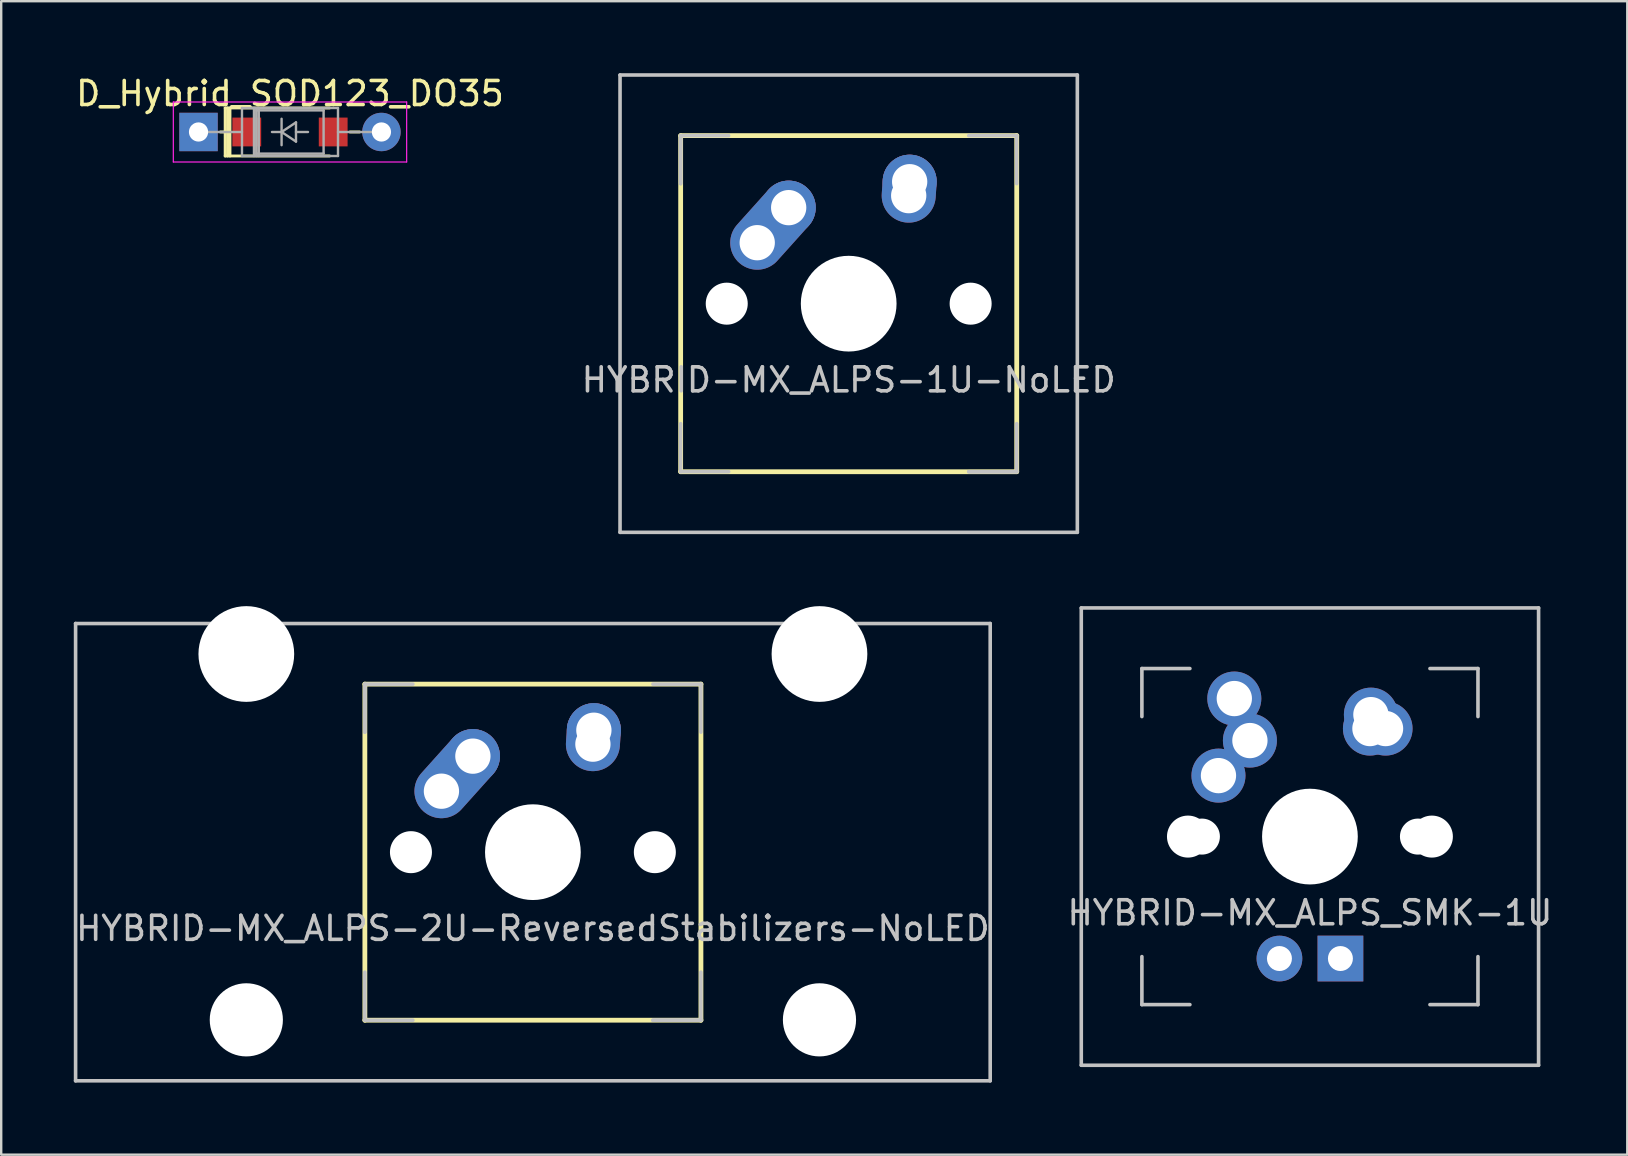
<source format=kicad_pcb>
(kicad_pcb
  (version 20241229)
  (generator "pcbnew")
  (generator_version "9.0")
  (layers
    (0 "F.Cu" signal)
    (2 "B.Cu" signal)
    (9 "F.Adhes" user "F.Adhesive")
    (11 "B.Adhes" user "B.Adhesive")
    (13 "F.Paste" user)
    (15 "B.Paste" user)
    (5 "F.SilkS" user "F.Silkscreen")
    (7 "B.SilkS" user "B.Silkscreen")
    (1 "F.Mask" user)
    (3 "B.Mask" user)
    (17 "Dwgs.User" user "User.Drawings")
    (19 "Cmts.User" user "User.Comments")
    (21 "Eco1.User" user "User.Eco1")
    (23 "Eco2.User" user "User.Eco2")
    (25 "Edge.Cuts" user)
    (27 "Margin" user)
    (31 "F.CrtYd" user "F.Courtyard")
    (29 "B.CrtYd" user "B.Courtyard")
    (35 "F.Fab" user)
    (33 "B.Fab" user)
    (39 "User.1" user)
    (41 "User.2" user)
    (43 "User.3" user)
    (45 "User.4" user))
  (footprint "HYBRID-MX_ALPS_SMK-1U"
    (layer "F.Cu")
    (at 51.518 31.8)
    (property "Reference" "HYBRID-MX_ALPS_SMK-1U" (at 0 3.175 0) (layer "Dwgs.User") (effects (font (size 1 1) (thickness 0.15))))
    (attr through_hole)
    (fp_line (start -9.525 -9.525) (end 9.525 -9.525) (stroke (width 0.15) (type solid)) (layer "Dwgs.User"))
    (fp_line (start -9.525 9.525) (end -9.525 -9.525) (stroke (width 0.15) (type solid)) (layer "Dwgs.User"))
    (fp_line (start -7 -7) (end -7 -5) (stroke (width 0.15) (type solid)) (layer "Dwgs.User"))
    (fp_line (start -7 5) (end -7 7) (stroke (width 0.15) (type solid)) (layer "Dwgs.User"))
    (fp_line (start -7 7) (end -5 7) (stroke (width 0.15) (type solid)) (layer "Dwgs.User"))
    (fp_line (start -5 -7) (end -7 -7) (stroke (width 0.15) (type solid)) (layer "Dwgs.User"))
    (fp_line (start 5 -7) (end 7 -7) (stroke (width 0.15) (type solid)) (layer "Dwgs.User"))
    (fp_line (start 5 7) (end 7 7) (stroke (width 0.15) (type solid)) (layer "Dwgs.User"))
    (fp_line (start 7 -7) (end 7 -5) (stroke (width 0.15) (type solid)) (layer "Dwgs.User"))
    (fp_line (start 7 7) (end 7 5) (stroke (width 0.15) (type solid)) (layer "Dwgs.User"))
    (fp_line (start 9.525 -9.525) (end 9.525 9.525) (stroke (width 0.15) (type solid)) (layer "Dwgs.User"))
    (fp_line (start 9.525 9.525) (end -9.525 9.525) (stroke (width 0.15) (type solid)) (layer "Dwgs.User"))
    (pad "" np_thru_hole circle (at -5.08 0 48.1) (size 1.75 1.75) (drill 1.75) (layers "*.Cu" "*.Mask"))
    (pad "" np_thru_hole circle (at -4.5 0) (size 1.5 1.5) (drill 1.5) (layers "*.Cu" "*.Mask"))
    (pad "" np_thru_hole circle (at 0 0) (size 3.988 3.988) (drill 3.988) (layers "*.Cu" "*.Mask"))
    (pad "" np_thru_hole circle (at 4.5 0 180) (size 1.5 1.5) (drill 1.5) (layers "*.Cu" "*.Mask"))
    (pad "" np_thru_hole circle (at 5.08 0 48.1) (size 1.75 1.75) (drill 1.75) (layers "*.Cu" "*.Mask"))
    (pad "1" thru_hole circle (at -3.81 -2.54) (size 2.25 2.25) (drill 1.47) (layers "*.Cu" "B.Mask"))
    (pad "1" thru_hole circle (at -3.15 -5.75) (size 2.25 2.25) (drill 1.47) (layers "*.Cu" "*.Mask"))
    (pad "1" thru_hole circle (at -2.5 -4) (size 2.25 2.25) (drill 1.47) (layers "*.Cu" "B.Mask"))
    (pad "2" thru_hole circle (at 2.5 -4.5) (size 2.25 2.25) (drill 1.47) (layers "*.Cu" "B.Mask"))
    (pad "2" thru_hole circle (at 2.54 -5.08) (size 2.25 2.25) (drill 1.47) (layers "*.Cu" "B.Mask"))
    (pad "2" thru_hole circle (at 3.15 -4.5) (size 2.25 2.25) (drill 1.47) (layers "*.Cu" "*.Mask"))
    (pad "3" thru_hole circle (at -1.27 5.08) (size 1.905 1.905) (drill 1.04) (layers "*.Cu" "B.Mask"))
    (pad "4" thru_hole rect (at 1.27 5.08) (size 1.905 1.905) (drill 1.04) (layers "*.Cu" "B.Mask")))
  (footprint "D_Hybrid_SOD123_DO35"
    (layer "F.Cu")
    (at 9.03 2.448)
    (property "Reference" "D_Hybrid_SOD123_DO35" (at 0 -1.6 0) (layer "F.SilkS") (effects (font (size 1 1) (thickness 0.15))))
    (attr through_hole)
    (fp_line (start -2.9 0) (end -2.5 0) (stroke (width 0.12) (type solid)) (layer "F.SilkS"))
    (fp_line (start -2.7 -1) (end -2.7 1) (stroke (width 0.12) (type solid)) (layer "F.SilkS"))
    (fp_line (start -2.7 -1) (end 1.65 -1) (stroke (width 0.12) (type solid)) (layer "F.SilkS"))
    (fp_line (start -2.7 1) (end 1.65 1) (stroke (width 0.12) (type solid)) (layer "F.SilkS"))
    (fp_line (start -2.6 -1) (end -2.6 1) (stroke (width 0.12) (type solid)) (layer "F.SilkS"))
    (fp_line (start -2.5 -1) (end -2.5 1) (stroke (width 0.12) (type solid)) (layer "F.SilkS"))
    (fp_line (start 2.9 0) (end 2.5 0) (stroke (width 0.12) (type solid)) (layer "F.SilkS"))
    (fp_line (start -4.86 -1.25) (end -4.86 1.25) (stroke (width 0.05) (type solid)) (layer "F.CrtYd"))
    (fp_line (start -4.86 1.25) (end 4.86 1.25) (stroke (width 0.05) (type solid)) (layer "F.CrtYd"))
    (fp_line (start 4.86 -1.25) (end -4.86 -1.25) (stroke (width 0.05) (type solid)) (layer "F.CrtYd"))
    (fp_line (start 4.86 1.25) (end 4.86 -1.25) (stroke (width 0.05) (type solid)) (layer "F.CrtYd"))
    (fp_line (start -3.81 0) (end -2 0) (stroke (width 0.1) (type solid)) (layer "F.Fab"))
    (fp_line (start -2 -1) (end -2 1) (stroke (width 0.1) (type solid)) (layer "F.Fab"))
    (fp_line (start -2 1) (end 2 1) (stroke (width 0.1) (type solid)) (layer "F.Fab"))
    (fp_line (start -1.5 -1) (end -1.5 1) (stroke (width 0.1) (type solid)) (layer "F.Fab"))
    (fp_line (start -1.4 -1) (end -1.4 1) (stroke (width 0.1) (type solid)) (layer "F.Fab"))
    (fp_line (start -1.4 -0.9) (end 1.4 -0.9) (stroke (width 0.1) (type solid)) (layer "F.Fab"))
    (fp_line (start -1.4 0.9) (end -1.4 -0.9) (stroke (width 0.1) (type solid)) (layer "F.Fab"))
    (fp_line (start -1.3 -1) (end -1.3 1) (stroke (width 0.1) (type solid)) (layer "F.Fab"))
    (fp_line (start -0.75 0) (end -0.35 0) (stroke (width 0.1) (type solid)) (layer "F.Fab"))
    (fp_line (start -0.35 0) (end -0.35 -0.55) (stroke (width 0.1) (type solid)) (layer "F.Fab"))
    (fp_line (start -0.35 0) (end -0.35 0.55) (stroke (width 0.1) (type solid)) (layer "F.Fab"))
    (fp_line (start -0.35 0) (end 0.25 -0.4) (stroke (width 0.1) (type solid)) (layer "F.Fab"))
    (fp_line (start 0.25 -0.4) (end 0.25 0.4) (stroke (width 0.1) (type solid)) (layer "F.Fab"))
    (fp_line (start 0.25 0) (end 0.75 0) (stroke (width 0.1) (type solid)) (layer "F.Fab"))
    (fp_line (start 0.25 0.4) (end -0.35 0) (stroke (width 0.1) (type solid)) (layer "F.Fab"))
    (fp_line (start 1.4 -0.9) (end 1.4 0.9) (stroke (width 0.1) (type solid)) (layer "F.Fab"))
    (fp_line (start 1.4 0.9) (end -1.4 0.9) (stroke (width 0.1) (type solid)) (layer "F.Fab"))
    (fp_line (start 2 -1) (end -2 -1) (stroke (width 0.1) (type solid)) (layer "F.Fab"))
    (fp_line (start 2 1) (end 2 -1) (stroke (width 0.1) (type solid)) (layer "F.Fab"))
    (fp_line (start 3.81 0) (end 2 0) (stroke (width 0.1) (type solid)) (layer "F.Fab"))
    (pad "1" thru_hole rect (at -3.81 0) (size 1.6 1.6) (drill 0.8) (layers "*.Cu" "*.Mask"))
    (pad "1" smd rect (at -1.8 0) (size 1.2 1.2) (layers "F.Cu" "F.Mask" "F.Paste"))
    (pad "2" smd rect (at 1.8 0) (size 1.2 1.2) (layers "F.Cu" "F.Mask" "F.Paste"))
    (pad "2" thru_hole oval (at 3.81 0) (size 1.6 1.6) (drill 0.8) (layers "*.Cu" "*.Mask")))
  (footprint "HYBRID-MX_ALPS-1U-NoLED"
    (layer "F.Cu")
    (at 32.304 9.6)
    (property "Reference" "HYBRID-MX_ALPS-1U-NoLED" (at 0 3.175 0) (layer "Dwgs.User") (effects (font (size 1 1) (thickness 0.15))))
    (attr through_hole)
    (fp_line (start -7 -7) (end -7 7) (stroke (width 0.2) (type solid)) (layer "F.SilkS"))
    (fp_line (start -7 -7) (end 7 -7) (stroke (width 0.2) (type solid)) (layer "F.SilkS"))
    (fp_line (start -7 7) (end 7 7) (stroke (width 0.2) (type solid)) (layer "F.SilkS"))
    (fp_line (start 7 -7) (end 7 7) (stroke (width 0.2) (type solid)) (layer "F.SilkS"))
    (fp_line (start -9.525 -9.525) (end 9.525 -9.525) (stroke (width 0.15) (type solid)) (layer "Dwgs.User"))
    (fp_line (start -9.525 9.525) (end -9.525 -9.525) (stroke (width 0.15) (type solid)) (layer "Dwgs.User"))
    (fp_line (start -7 -7) (end -7 -5) (stroke (width 0.15) (type solid)) (layer "Dwgs.User"))
    (fp_line (start -7 -7) (end -7 -5) (stroke (width 0.15) (type solid)) (layer "Dwgs.User"))
    (fp_line (start -7 5) (end -7 7) (stroke (width 0.15) (type solid)) (layer "Dwgs.User"))
    (fp_line (start -7 7) (end -5 7) (stroke (width 0.15) (type solid)) (layer "Dwgs.User"))
    (fp_line (start -5 -7) (end -7 -7) (stroke (width 0.15) (type solid)) (layer "Dwgs.User"))
    (fp_line (start 5 -7) (end 7 -7) (stroke (width 0.15) (type solid)) (layer "Dwgs.User"))
    (fp_line (start 5 7) (end 7 7) (stroke (width 0.15) (type solid)) (layer "Dwgs.User"))
    (fp_line (start 5 7) (end 7 7) (stroke (width 0.15) (type solid)) (layer "Dwgs.User"))
    (fp_line (start 7 -7) (end 7 -5) (stroke (width 0.15) (type solid)) (layer "Dwgs.User"))
    (fp_line (start 7 7) (end 7 5) (stroke (width 0.15) (type solid)) (layer "Dwgs.User"))
    (fp_line (start 9.525 -9.525) (end 9.525 9.525) (stroke (width 0.15) (type solid)) (layer "Dwgs.User"))
    (fp_line (start 9.525 9.525) (end -9.525 9.525) (stroke (width 0.15) (type solid)) (layer "Dwgs.User"))
    (pad "" np_thru_hole circle (at -5.08 0 48.1) (size 1.75 1.75) (drill 1.75) (layers "*.Cu" "*.Mask"))
    (pad "" np_thru_hole circle (at 0 0) (size 3.988 3.988) (drill 3.988) (layers "*.Cu" "*.Mask"))
    (pad "" np_thru_hole circle (at 5.08 0 48.1) (size 1.75 1.75) (drill 1.75) (layers "*.Cu" "*.Mask"))
    (pad "1" thru_hole oval (at -3.81 -2.54 48.1) (size 4.212 2.25) (drill 1.47 (offset 0.981 0)) (layers "*.Cu" "B.Mask"))
    (pad "1" thru_hole circle (at -2.5 -4) (size 2.25 2.25) (drill 1.47) (layers "*.Cu" "B.Mask"))
    (pad "2" thru_hole oval (at 2.5 -4.5 86.055) (size 2.831 2.25) (drill 1.47 (offset 0.291 0)) (layers "*.Cu" "B.Mask"))
    (pad "2" thru_hole circle (at 2.54 -5.08) (size 2.25 2.25) (drill 1.47) (layers "*.Cu" "B.Mask")))
  (footprint "HYBRID-MX_ALPS-2U-ReversedStabilizers-NoLED"
    (layer "F.Cu")
    (at 19.149 32.449)
    (property "Reference" "HYBRID-MX_ALPS-2U-ReversedStabilizers-NoLED" (at 0 3.175 0) (layer "Dwgs.User") (effects (font (size 1 1) (thickness 0.15))))
    (attr through_hole)
    (fp_line (start -7 -7) (end -7 7) (stroke (width 0.2) (type solid)) (layer "F.SilkS"))
    (fp_line (start -7 -7) (end 7 -7) (stroke (width 0.2) (type solid)) (layer "F.SilkS"))
    (fp_line (start -7 7) (end 7 7) (stroke (width 0.2) (type solid)) (layer "F.SilkS"))
    (fp_line (start 7 -7) (end 7 7) (stroke (width 0.2) (type solid)) (layer "F.SilkS"))
    (fp_line (start -19.05 -9.525) (end 19.05 -9.525) (stroke (width 0.15) (type solid)) (layer "Dwgs.User"))
    (fp_line (start -19.05 9.525) (end -19.05 -9.525) (stroke (width 0.15) (type solid)) (layer "Dwgs.User"))
    (fp_line (start -19.05 9.525) (end 19.05 9.525) (stroke (width 0.15) (type solid)) (layer "Dwgs.User"))
    (fp_line (start -7 -7) (end -7 -5) (stroke (width 0.15) (type solid)) (layer "Dwgs.User"))
    (fp_line (start -7 -7) (end -7 -5) (stroke (width 0.15) (type solid)) (layer "Dwgs.User"))
    (fp_line (start -7 5) (end -7 7) (stroke (width 0.15) (type solid)) (layer "Dwgs.User"))
    (fp_line (start -7 7) (end -5 7) (stroke (width 0.15) (type solid)) (layer "Dwgs.User"))
    (fp_line (start -5 -7) (end -7 -7) (stroke (width 0.15) (type solid)) (layer "Dwgs.User"))
    (fp_line (start 5 -7) (end 7 -7) (stroke (width 0.15) (type solid)) (layer "Dwgs.User"))
    (fp_line (start 5 7) (end 7 7) (stroke (width 0.15) (type solid)) (layer "Dwgs.User"))
    (fp_line (start 5 7) (end 7 7) (stroke (width 0.15) (type solid)) (layer "Dwgs.User"))
    (fp_line (start 7 -7) (end 7 -5) (stroke (width 0.15) (type solid)) (layer "Dwgs.User"))
    (fp_line (start 7 7) (end 7 5) (stroke (width 0.15) (type solid)) (layer "Dwgs.User"))
    (fp_line (start 19.05 -9.525) (end 19.05 9.525) (stroke (width 0.15) (type solid)) (layer "Dwgs.User"))
    (pad "" np_thru_hole circle (at -11.938 -8.255) (size 3.988 3.988) (drill 3.988) (layers "*.Cu" "*.Mask"))
    (pad "" np_thru_hole circle (at -11.938 6.985) (size 3.048 3.048) (drill 3.048) (layers "*.Cu" "*.Mask"))
    (pad "" np_thru_hole circle (at -5.08 0 48.1) (size 1.75 1.75) (drill 1.75) (layers "*.Cu" "*.Mask"))
    (pad "" np_thru_hole circle (at 0 0) (size 3.988 3.988) (drill 3.988) (layers "*.Cu" "*.Mask"))
    (pad "" np_thru_hole circle (at 5.08 0 48.1) (size 1.75 1.75) (drill 1.75) (layers "*.Cu" "*.Mask"))
    (pad "" np_thru_hole circle (at 11.938 -8.255) (size 3.988 3.988) (drill 3.988) (layers "*.Cu" "*.Mask"))
    (pad "" np_thru_hole circle (at 11.938 6.985) (size 3.048 3.048) (drill 3.048) (layers "*.Cu" "*.Mask"))
    (pad "1" thru_hole oval (at -3.81 -2.54 48.1) (size 4.212 2.25) (drill 1.47 (offset 0.981 0)) (layers "*.Cu" "B.Mask"))
    (pad "1" thru_hole circle (at -2.5 -4) (size 2.25 2.25) (drill 1.47) (layers "*.Cu" "B.Mask"))
    (pad "2" thru_hole oval (at 2.5 -4.5 86.055) (size 2.831 2.25) (drill 1.47 (offset 0.291 0)) (layers "*.Cu" "B.Mask"))
    (pad "2" thru_hole circle (at 2.54 -5.08) (size 2.25 2.25) (drill 1.47) (layers "*.Cu" "B.Mask")))
  (gr_rect
    (start -3 -3)
    (end 64.738 45.049)
    (stroke (width 0.1) (type default))
    (fill no)
    (layer "Edge.Cuts")))
</source>
